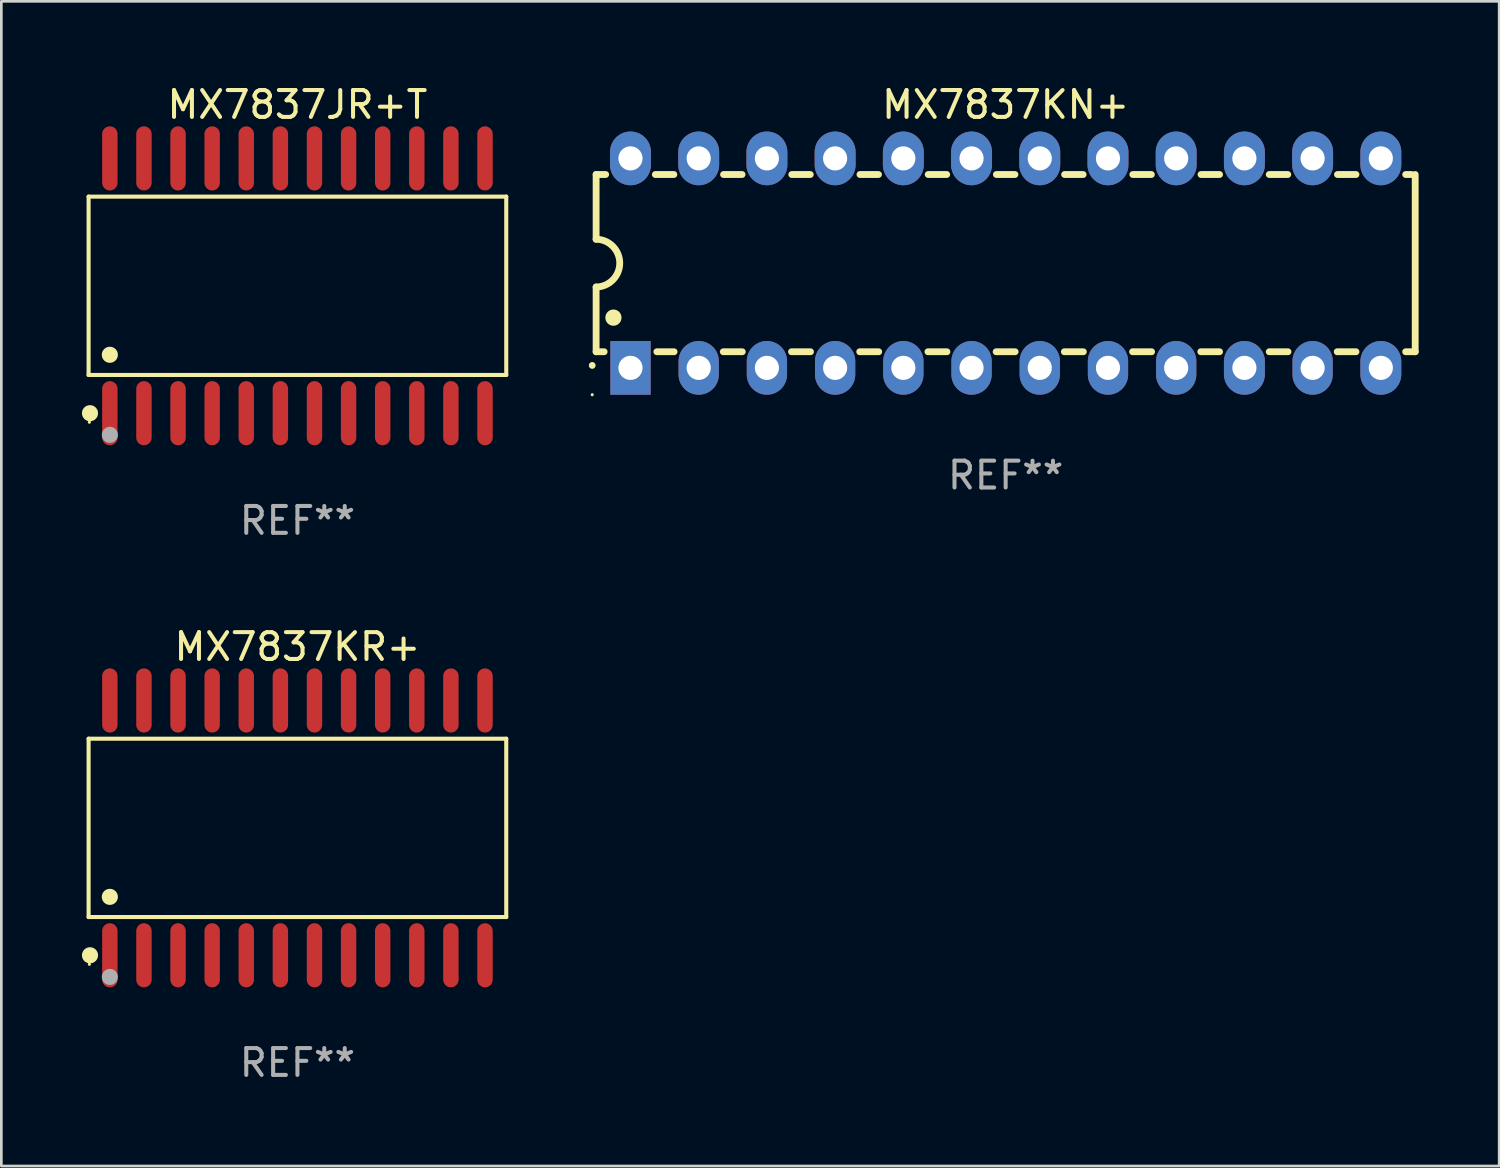
<source format=kicad_pcb>
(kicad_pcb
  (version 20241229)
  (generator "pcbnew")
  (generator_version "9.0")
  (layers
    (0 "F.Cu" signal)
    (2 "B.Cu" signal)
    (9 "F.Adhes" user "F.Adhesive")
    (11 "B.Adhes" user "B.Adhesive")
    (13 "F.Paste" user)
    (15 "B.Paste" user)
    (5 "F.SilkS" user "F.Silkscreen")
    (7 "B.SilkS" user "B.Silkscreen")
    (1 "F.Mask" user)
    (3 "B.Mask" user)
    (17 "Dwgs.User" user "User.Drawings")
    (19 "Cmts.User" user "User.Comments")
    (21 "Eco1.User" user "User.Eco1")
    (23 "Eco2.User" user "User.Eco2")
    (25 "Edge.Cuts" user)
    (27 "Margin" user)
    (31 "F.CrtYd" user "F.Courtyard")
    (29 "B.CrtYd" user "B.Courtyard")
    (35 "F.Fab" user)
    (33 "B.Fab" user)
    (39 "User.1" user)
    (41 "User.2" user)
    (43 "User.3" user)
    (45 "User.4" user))
  (footprint "MX7837KN+"
    (layer "F.Cu")
    (at 34.397 6.748)
    (property "Reference" "MX7837KN+" (at 0 -5.9 0) (layer "F.SilkS") (effects (font (size 1 1) (thickness 0.15))))
    (attr through_hole)
    (fp_line (start -15.25 -3.3) (end -15.25 -0.889) (stroke (width 0.254) (type solid)) (layer "F.SilkS"))
    (fp_line (start -15.25 -3.3) (end -14.895 -3.3) (stroke (width 0.254) (type solid)) (layer "F.SilkS"))
    (fp_line (start -15.25 3.3) (end -15.25 0.889) (stroke (width 0.254) (type solid)) (layer "F.SilkS"))
    (fp_line (start -15.25 3.3) (end -14.951 3.3) (stroke (width 0.254) (type solid)) (layer "F.SilkS"))
    (fp_line (start -13.045 -3.3) (end -12.355 -3.3) (stroke (width 0.254) (type solid)) (layer "F.SilkS"))
    (fp_line (start -12.989 3.3) (end -12.347 3.3) (stroke (width 0.254) (type solid)) (layer "F.SilkS"))
    (fp_line (start -10.514 3.3) (end -9.807 3.3) (stroke (width 0.254) (type solid)) (layer "F.SilkS"))
    (fp_line (start -10.505 -3.3) (end -9.815 -3.3) (stroke (width 0.254) (type solid)) (layer "F.SilkS"))
    (fp_line (start -7.974 3.3) (end -7.267 3.3) (stroke (width 0.254) (type solid)) (layer "F.SilkS"))
    (fp_line (start -7.965 -3.3) (end -7.275 -3.3) (stroke (width 0.254) (type solid)) (layer "F.SilkS"))
    (fp_line (start -5.434 3.3) (end -4.727 3.3) (stroke (width 0.254) (type solid)) (layer "F.SilkS"))
    (fp_line (start -5.425 -3.3) (end -4.735 -3.3) (stroke (width 0.254) (type solid)) (layer "F.SilkS"))
    (fp_line (start -2.894 3.3) (end -2.187 3.3) (stroke (width 0.254) (type solid)) (layer "F.SilkS"))
    (fp_line (start -2.885 -3.3) (end -2.195 -3.3) (stroke (width 0.254) (type solid)) (layer "F.SilkS"))
    (fp_line (start -0.354 3.3) (end 0.353 3.3) (stroke (width 0.254) (type solid)) (layer "F.SilkS"))
    (fp_line (start -0.345 -3.3) (end 0.345 -3.3) (stroke (width 0.254) (type solid)) (layer "F.SilkS"))
    (fp_line (start 2.186 3.3) (end 2.893 3.3) (stroke (width 0.254) (type solid)) (layer "F.SilkS"))
    (fp_line (start 2.195 -3.3) (end 2.885 -3.3) (stroke (width 0.254) (type solid)) (layer "F.SilkS"))
    (fp_line (start 4.726 3.3) (end 5.434 3.3) (stroke (width 0.254) (type solid)) (layer "F.SilkS"))
    (fp_line (start 4.735 -3.3) (end 5.425 -3.3) (stroke (width 0.254) (type solid)) (layer "F.SilkS"))
    (fp_line (start 7.266 3.3) (end 7.965 3.3) (stroke (width 0.254) (type solid)) (layer "F.SilkS"))
    (fp_line (start 7.275 -3.3) (end 7.965 -3.3) (stroke (width 0.254) (type solid)) (layer "F.SilkS"))
    (fp_line (start 9.815 -3.3) (end 10.505 -3.3) (stroke (width 0.254) (type solid)) (layer "F.SilkS"))
    (fp_line (start 9.815 3.3) (end 10.514 3.3) (stroke (width 0.254) (type solid)) (layer "F.SilkS"))
    (fp_line (start 12.346 3.3) (end 13.045 3.3) (stroke (width 0.254) (type solid)) (layer "F.SilkS"))
    (fp_line (start 12.355 -3.3) (end 13.045 -3.3) (stroke (width 0.254) (type solid)) (layer "F.SilkS"))
    (fp_line (start 14.895 -3.3) (end 15.113 -3.3) (stroke (width 0.254) (type solid)) (layer "F.SilkS"))
    (fp_line (start 14.895 3.3) (end 15.25 3.3) (stroke (width 0.254) (type solid)) (layer "F.SilkS"))
    (fp_line (start 15.25 -3.3) (end 15.25 3.3) (stroke (width 0.254) (type solid)) (layer "F.SilkS"))
    (fp_arc (start -15.394971 3.810033) (mid -15.394978 3.808763) (end -15.394971 3.807493) (stroke (width 0.25) (type solid)) (layer "F.SilkS"))
    (fp_arc (start -15.251053 -0.890146) (mid -14.361467 -0.001067) (end -15.250038 0.889027) (stroke (width 0.254001) (type solid)) (layer "F.SilkS"))
    (fp_arc (start -14.605029 2.032029) (mid -14.60504 2.029489) (end -14.605029 2.026949) (stroke (width 0.6) (type solid)) (layer "F.SilkS"))
    (fp_circle (center -15.395 4.9) (end -15.365 4.9) (stroke (width 0.06) (type solid)) (fill no) (layer "F.SilkS"))
    (fp_text user "REF**" (at 0 7.9 0) (layer "F.Fab") (effects (font (size 1 1) (thickness 0.15))))
    (pad "1" thru_hole rect (at -13.97 3.9 90) (size 2 1.5) (drill 0.9) (layers "*.Cu" "*.Mask"))
    (pad "2" thru_hole oval (at -11.43 3.9 90) (size 2 1.5) (drill 0.9) (layers "*.Cu" "*.Mask"))
    (pad "3" thru_hole oval (at -8.89 3.9 90) (size 2 1.5) (drill 0.9) (layers "*.Cu" "*.Mask"))
    (pad "4" thru_hole oval (at -6.35 3.9 90) (size 2 1.5) (drill 0.9) (layers "*.Cu" "*.Mask"))
    (pad "5" thru_hole oval (at -3.81 3.9 90) (size 2 1.5) (drill 0.9) (layers "*.Cu" "*.Mask"))
    (pad "6" thru_hole oval (at -1.27 3.9 90) (size 2 1.5) (drill 0.9) (layers "*.Cu" "*.Mask"))
    (pad "7" thru_hole oval (at 1.27 3.9 90) (size 2 1.5) (drill 0.9) (layers "*.Cu" "*.Mask"))
    (pad "8" thru_hole oval (at 3.81 3.9 90) (size 2 1.5) (drill 0.9) (layers "*.Cu" "*.Mask"))
    (pad "9" thru_hole oval (at 6.35 3.9 90) (size 2 1.5) (drill 0.9) (layers "*.Cu" "*.Mask"))
    (pad "10" thru_hole oval (at 8.89 3.9 90) (size 2 1.524) (drill 0.9) (layers "*.Cu" "*.Mask"))
    (pad "11" thru_hole oval (at 11.43 3.9 90) (size 2 1.5) (drill 0.9) (layers "*.Cu" "*.Mask"))
    (pad "12" thru_hole oval (at 13.97 3.9 90) (size 2 1.524) (drill 0.9) (layers "*.Cu" "*.Mask"))
    (pad "13" thru_hole oval (at 13.97 -3.9 90) (size 2 1.524) (drill 0.9) (layers "*.Cu" "*.Mask"))
    (pad "14" thru_hole oval (at 11.43 -3.9 90) (size 2 1.524) (drill 0.9) (layers "*.Cu" "*.Mask"))
    (pad "15" thru_hole oval (at 8.89 -3.9 90) (size 2 1.524) (drill 0.9) (layers "*.Cu" "*.Mask"))
    (pad "16" thru_hole oval (at 6.35 -3.9 90) (size 2 1.524) (drill 0.9) (layers "*.Cu" "*.Mask"))
    (pad "17" thru_hole oval (at 3.81 -3.9 90) (size 2 1.524) (drill 0.9) (layers "*.Cu" "*.Mask"))
    (pad "18" thru_hole oval (at 1.27 -3.9 90) (size 2 1.524) (drill 0.9) (layers "*.Cu" "*.Mask"))
    (pad "19" thru_hole oval (at -1.27 -3.9 90) (size 2 1.524) (drill 0.9) (layers "*.Cu" "*.Mask"))
    (pad "20" thru_hole oval (at -3.81 -3.9 90) (size 2 1.524) (drill 0.9) (layers "*.Cu" "*.Mask"))
    (pad "21" thru_hole oval (at -6.35 -3.9 90) (size 2 1.524) (drill 0.9) (layers "*.Cu" "*.Mask"))
    (pad "22" thru_hole oval (at -8.89 -3.9 90) (size 2 1.524) (drill 0.9) (layers "*.Cu" "*.Mask"))
    (pad "23" thru_hole oval (at -11.43 -3.9 90) (size 2 1.524) (drill 0.9) (layers "*.Cu" "*.Mask"))
    (pad "24" thru_hole oval (at -13.97 -3.9 90) (size 2 1.524) (drill 0.9) (layers "*.Cu" "*.Mask")))
  (footprint "MX7837JR+T"
    (layer "F.Cu")
    (at 8.025 7.592)
    (property "Reference" "MX7837JR+T" (at 0 -6.744 0) (layer "F.SilkS") (effects (font (size 1 1) (thickness 0.15))))
    (attr through_hole)
    (fp_line (start -7.776 -3.321) (end 7.776 -3.321) (stroke (width 0.152) (type solid)) (layer "F.SilkS"))
    (fp_line (start -7.776 3.321) (end -7.776 -3.321) (stroke (width 0.152) (type solid)) (layer "F.SilkS"))
    (fp_line (start 7.776 -3.321) (end 7.776 3.321) (stroke (width 0.152) (type solid)) (layer "F.SilkS"))
    (fp_line (start 7.776 3.321) (end -7.776 3.321) (stroke (width 0.152) (type solid)) (layer "F.SilkS"))
    (fp_circle (center -7.747 5.08) (end -7.717 5.08) (stroke (width 0.06) (type solid)) (fill no) (layer "F.SilkS"))
    (fp_circle (center -7.724 4.744) (end -7.574 4.744) (stroke (width 0.3) (type solid)) (fill no) (layer "F.SilkS"))
    (fp_circle (center -6.985 2.569) (end -6.835 2.569) (stroke (width 0.3) (type solid)) (fill no) (layer "F.SilkS"))
    (fp_circle (center -6.985 5.55) (end -6.835 5.55) (stroke (width 0.3) (type solid)) (fill no) (layer "F.Fab"))
    (fp_text user "REF**" (at 0 8.744 0) (layer "F.Fab") (effects (font (size 1 1) (thickness 0.15))))
    (pad "1" smd oval (at -6.985 4.744) (size 0.574 2.388) (layers "F.Cu" "F.Mask" "F.Paste"))
    (pad "2" smd oval (at -5.715 4.744) (size 0.574 2.388) (layers "F.Cu" "F.Mask" "F.Paste"))
    (pad "3" smd oval (at -4.445 4.744) (size 0.574 2.388) (layers "F.Cu" "F.Mask" "F.Paste"))
    (pad "4" smd oval (at -3.175 4.744) (size 0.574 2.388) (layers "F.Cu" "F.Mask" "F.Paste"))
    (pad "5" smd oval (at -1.905 4.744) (size 0.574 2.388) (layers "F.Cu" "F.Mask" "F.Paste"))
    (pad "6" smd oval (at -0.635 4.744) (size 0.574 2.388) (layers "F.Cu" "F.Mask" "F.Paste"))
    (pad "7" smd oval (at 0.635 4.744) (size 0.574 2.388) (layers "F.Cu" "F.Mask" "F.Paste"))
    (pad "8" smd oval (at 1.905 4.744) (size 0.574 2.388) (layers "F.Cu" "F.Mask" "F.Paste"))
    (pad "9" smd oval (at 3.175 4.744) (size 0.574 2.388) (layers "F.Cu" "F.Mask" "F.Paste"))
    (pad "10" smd oval (at 4.445 4.744) (size 0.574 2.388) (layers "F.Cu" "F.Mask" "F.Paste"))
    (pad "11" smd oval (at 5.715 4.744) (size 0.574 2.388) (layers "F.Cu" "F.Mask" "F.Paste"))
    (pad "12" smd oval (at 6.985 4.744) (size 0.574 2.388) (layers "F.Cu" "F.Mask" "F.Paste"))
    (pad "13" smd oval (at 6.985 -4.744) (size 0.574 2.388) (layers "F.Cu" "F.Mask" "F.Paste"))
    (pad "14" smd oval (at 5.715 -4.744) (size 0.574 2.388) (layers "F.Cu" "F.Mask" "F.Paste"))
    (pad "15" smd oval (at 4.445 -4.744) (size 0.574 2.388) (layers "F.Cu" "F.Mask" "F.Paste"))
    (pad "16" smd oval (at 3.175 -4.744) (size 0.574 2.388) (layers "F.Cu" "F.Mask" "F.Paste"))
    (pad "17" smd oval (at 1.905 -4.744) (size 0.574 2.388) (layers "F.Cu" "F.Mask" "F.Paste"))
    (pad "18" smd oval (at 0.635 -4.744) (size 0.574 2.388) (layers "F.Cu" "F.Mask" "F.Paste"))
    (pad "19" smd oval (at -0.635 -4.744) (size 0.574 2.388) (layers "F.Cu" "F.Mask" "F.Paste"))
    (pad "20" smd oval (at -1.905 -4.744) (size 0.574 2.388) (layers "F.Cu" "F.Mask" "F.Paste"))
    (pad "21" smd oval (at -3.175 -4.744) (size 0.574 2.388) (layers "F.Cu" "F.Mask" "F.Paste"))
    (pad "22" smd oval (at -4.445 -4.744) (size 0.574 2.388) (layers "F.Cu" "F.Mask" "F.Paste"))
    (pad "23" smd oval (at -5.715 -4.744) (size 0.574 2.388) (layers "F.Cu" "F.Mask" "F.Paste"))
    (pad "24" smd oval (at -6.985 -4.744) (size 0.574 2.388) (layers "F.Cu" "F.Mask" "F.Paste")))
  (footprint "MX7837KR+"
    (layer "F.Cu")
    (at 8.025 27.777)
    (property "Reference" "MX7837KR+" (at 0 -6.744 0) (layer "F.SilkS") (effects (font (size 1 1) (thickness 0.15))))
    (attr through_hole)
    (fp_line (start -7.776 -3.321) (end 7.776 -3.321) (stroke (width 0.152) (type solid)) (layer "F.SilkS"))
    (fp_line (start -7.776 3.321) (end -7.776 -3.321) (stroke (width 0.152) (type solid)) (layer "F.SilkS"))
    (fp_line (start 7.776 -3.321) (end 7.776 3.321) (stroke (width 0.152) (type solid)) (layer "F.SilkS"))
    (fp_line (start 7.776 3.321) (end -7.776 3.321) (stroke (width 0.152) (type solid)) (layer "F.SilkS"))
    (fp_circle (center -7.747 5.08) (end -7.717 5.08) (stroke (width 0.06) (type solid)) (fill no) (layer "F.SilkS"))
    (fp_circle (center -7.724 4.744) (end -7.574 4.744) (stroke (width 0.3) (type solid)) (fill no) (layer "F.SilkS"))
    (fp_circle (center -6.985 2.569) (end -6.835 2.569) (stroke (width 0.3) (type solid)) (fill no) (layer "F.SilkS"))
    (fp_circle (center -6.985 5.55) (end -6.835 5.55) (stroke (width 0.3) (type solid)) (fill no) (layer "F.Fab"))
    (fp_text user "REF**" (at 0 8.744 0) (layer "F.Fab") (effects (font (size 1 1) (thickness 0.15))))
    (pad "1" smd oval (at -6.985 4.744) (size 0.574 2.388) (layers "F.Cu" "F.Mask" "F.Paste"))
    (pad "2" smd oval (at -5.715 4.744) (size 0.574 2.388) (layers "F.Cu" "F.Mask" "F.Paste"))
    (pad "3" smd oval (at -4.445 4.744) (size 0.574 2.388) (layers "F.Cu" "F.Mask" "F.Paste"))
    (pad "4" smd oval (at -3.175 4.744) (size 0.574 2.388) (layers "F.Cu" "F.Mask" "F.Paste"))
    (pad "5" smd oval (at -1.905 4.744) (size 0.574 2.388) (layers "F.Cu" "F.Mask" "F.Paste"))
    (pad "6" smd oval (at -0.635 4.744) (size 0.574 2.388) (layers "F.Cu" "F.Mask" "F.Paste"))
    (pad "7" smd oval (at 0.635 4.744) (size 0.574 2.388) (layers "F.Cu" "F.Mask" "F.Paste"))
    (pad "8" smd oval (at 1.905 4.744) (size 0.574 2.388) (layers "F.Cu" "F.Mask" "F.Paste"))
    (pad "9" smd oval (at 3.175 4.744) (size 0.574 2.388) (layers "F.Cu" "F.Mask" "F.Paste"))
    (pad "10" smd oval (at 4.445 4.744) (size 0.574 2.388) (layers "F.Cu" "F.Mask" "F.Paste"))
    (pad "11" smd oval (at 5.715 4.744) (size 0.574 2.388) (layers "F.Cu" "F.Mask" "F.Paste"))
    (pad "12" smd oval (at 6.985 4.744) (size 0.574 2.388) (layers "F.Cu" "F.Mask" "F.Paste"))
    (pad "13" smd oval (at 6.985 -4.744) (size 0.574 2.388) (layers "F.Cu" "F.Mask" "F.Paste"))
    (pad "14" smd oval (at 5.715 -4.744) (size 0.574 2.388) (layers "F.Cu" "F.Mask" "F.Paste"))
    (pad "15" smd oval (at 4.445 -4.744) (size 0.574 2.388) (layers "F.Cu" "F.Mask" "F.Paste"))
    (pad "16" smd oval (at 3.175 -4.744) (size 0.574 2.388) (layers "F.Cu" "F.Mask" "F.Paste"))
    (pad "17" smd oval (at 1.905 -4.744) (size 0.574 2.388) (layers "F.Cu" "F.Mask" "F.Paste"))
    (pad "18" smd oval (at 0.635 -4.744) (size 0.574 2.388) (layers "F.Cu" "F.Mask" "F.Paste"))
    (pad "19" smd oval (at -0.635 -4.744) (size 0.574 2.388) (layers "F.Cu" "F.Mask" "F.Paste"))
    (pad "20" smd oval (at -1.905 -4.744) (size 0.574 2.388) (layers "F.Cu" "F.Mask" "F.Paste"))
    (pad "21" smd oval (at -3.175 -4.744) (size 0.574 2.388) (layers "F.Cu" "F.Mask" "F.Paste"))
    (pad "22" smd oval (at -4.445 -4.744) (size 0.574 2.388) (layers "F.Cu" "F.Mask" "F.Paste"))
    (pad "23" smd oval (at -5.715 -4.744) (size 0.574 2.388) (layers "F.Cu" "F.Mask" "F.Paste"))
    (pad "24" smd oval (at -6.985 -4.744) (size 0.574 2.388) (layers "F.Cu" "F.Mask" "F.Paste")))
  (gr_rect
    (start -3 -3)
    (end 52.774 40.369)
    (stroke (width 0.1) (type default))
    (fill no)
    (layer "Edge.Cuts")))
</source>
